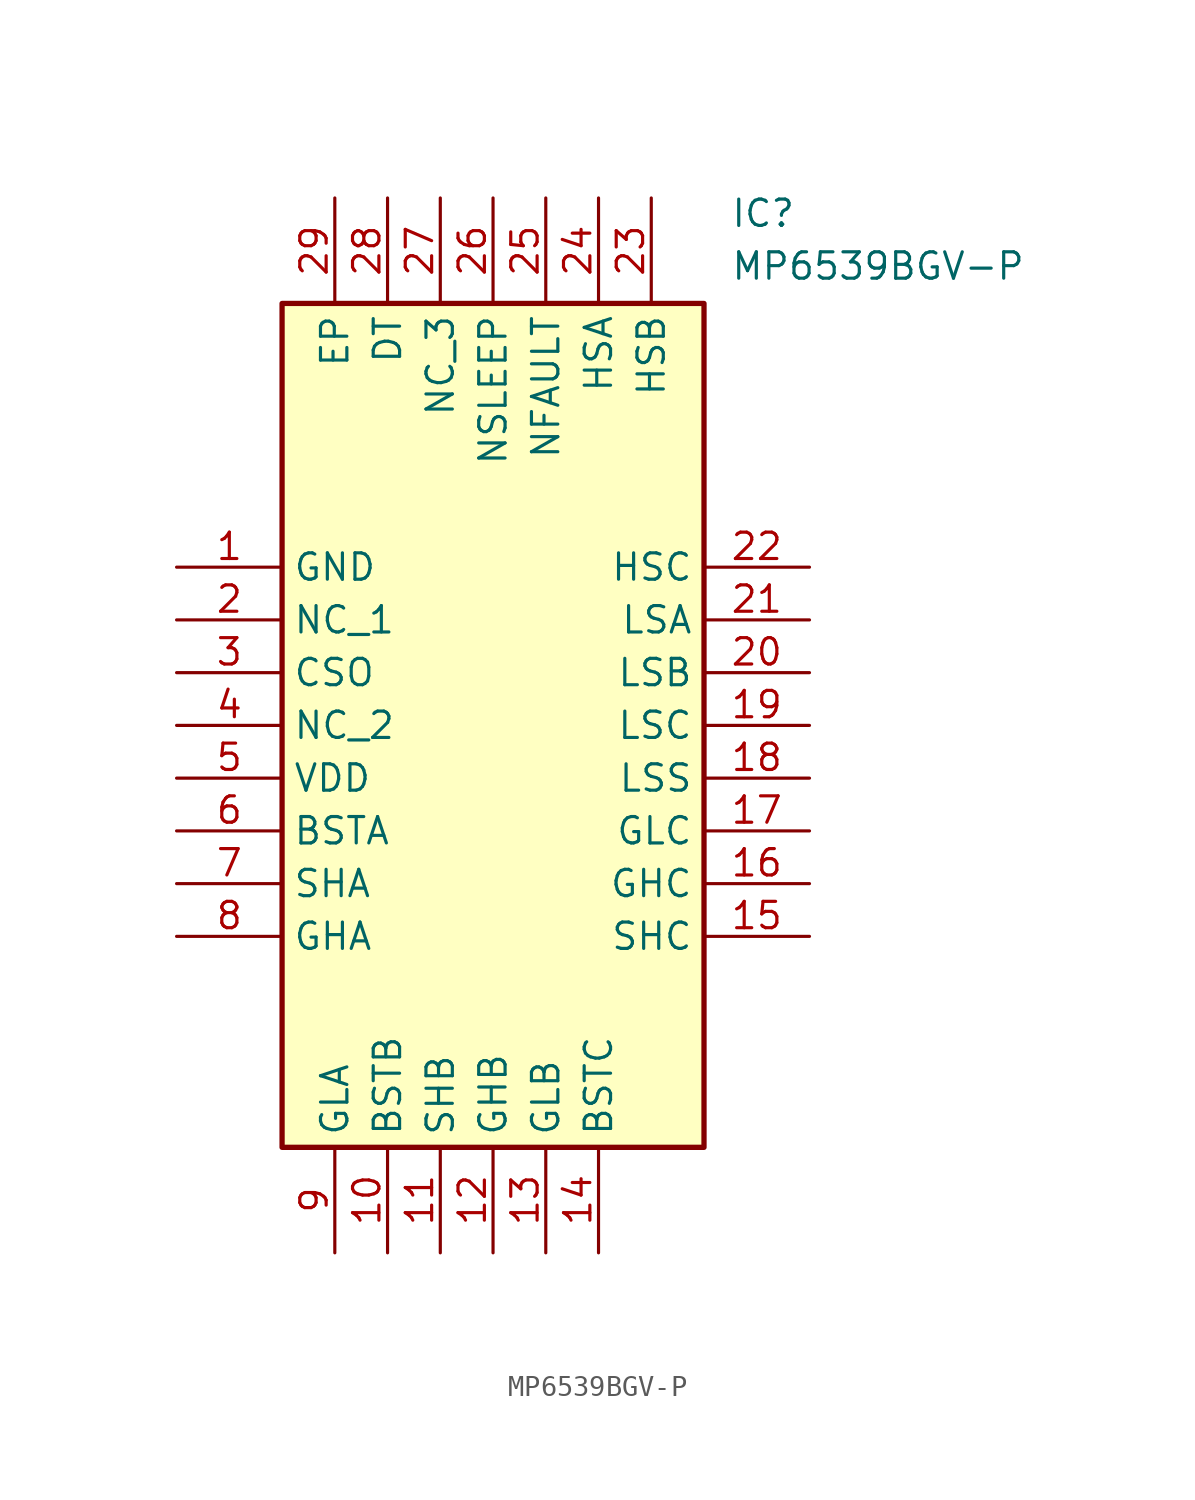
<source format=kicad_sym>
(kicad_symbol_lib
  (version 20241209)
  (generator "kicad_symbol_editor")
  (generator_version "9.0")
  (symbol "MP6539BGV-P"
    (property "Reference" "IC"
      (at 26.67 17.78 0)
      (effects (font (size 1.27 1.27)) (justify left top)))
    (property "Value" "MP6539BGV-P"
      (at 26.67 15.24 0)
      (effects (font (size 1.27 1.27)) (justify left top)))
    (symbol "MP6539BGV-P_1_1"
      (rectangle (start 5.08 12.7) (end 25.4 -27.94) (stroke (width 0.254) (type default)) (fill (type background)))
      (pin passive line (at 0 0 0) (length 5.08) (name "GND" (effects (font (size 1.27 1.27)))) (number "1" (effects (font (size 1.27 1.27)))))
      (pin passive line (at 0 -2.54 0) (length 5.08) (name "NC_1" (effects (font (size 1.27 1.27)))) (number "2" (effects (font (size 1.27 1.27)))))
      (pin passive line (at 0 -5.08 0) (length 5.08) (name "CSO" (effects (font (size 1.27 1.27)))) (number "3" (effects (font (size 1.27 1.27)))))
      (pin passive line (at 0 -7.62 0) (length 5.08) (name "NC_2" (effects (font (size 1.27 1.27)))) (number "4" (effects (font (size 1.27 1.27)))))
      (pin passive line (at 0 -10.16 0) (length 5.08) (name "VDD" (effects (font (size 1.27 1.27)))) (number "5" (effects (font (size 1.27 1.27)))))
      (pin passive line (at 0 -12.7 0) (length 5.08) (name "BSTA" (effects (font (size 1.27 1.27)))) (number "6" (effects (font (size 1.27 1.27)))))
      (pin passive line (at 0 -15.24 0) (length 5.08) (name "SHA" (effects (font (size 1.27 1.27)))) (number "7" (effects (font (size 1.27 1.27)))))
      (pin passive line (at 0 -17.78 0) (length 5.08) (name "GHA" (effects (font (size 1.27 1.27)))) (number "8" (effects (font (size 1.27 1.27)))))
      (pin passive line (at 7.62 17.78 270) (length 5.08) (name "EP" (effects (font (size 1.27 1.27)))) (number "29" (effects (font (size 1.27 1.27)))))
      (pin passive line (at 7.62 -33.02 90) (length 5.08) (name "GLA" (effects (font (size 1.27 1.27)))) (number "9" (effects (font (size 1.27 1.27)))))
      (pin passive line (at 10.16 17.78 270) (length 5.08) (name "DT" (effects (font (size 1.27 1.27)))) (number "28" (effects (font (size 1.27 1.27)))))
      (pin passive line (at 10.16 -33.02 90) (length 5.08) (name "BSTB" (effects (font (size 1.27 1.27)))) (number "10" (effects (font (size 1.27 1.27)))))
      (pin passive line (at 12.7 17.78 270) (length 5.08) (name "NC_3" (effects (font (size 1.27 1.27)))) (number "27" (effects (font (size 1.27 1.27)))))
      (pin passive line (at 12.7 -33.02 90) (length 5.08) (name "SHB" (effects (font (size 1.27 1.27)))) (number "11" (effects (font (size 1.27 1.27)))))
      (pin passive line (at 15.24 17.78 270) (length 5.08) (name "NSLEEP" (effects (font (size 1.27 1.27)))) (number "26" (effects (font (size 1.27 1.27)))))
      (pin passive line (at 15.24 -33.02 90) (length 5.08) (name "GHB" (effects (font (size 1.27 1.27)))) (number "12" (effects (font (size 1.27 1.27)))))
      (pin passive line (at 17.78 17.78 270) (length 5.08) (name "NFAULT" (effects (font (size 1.27 1.27)))) (number "25" (effects (font (size 1.27 1.27)))))
      (pin passive line (at 17.78 -33.02 90) (length 5.08) (name "GLB" (effects (font (size 1.27 1.27)))) (number "13" (effects (font (size 1.27 1.27)))))
      (pin passive line (at 20.32 17.78 270) (length 5.08) (name "HSA" (effects (font (size 1.27 1.27)))) (number "24" (effects (font (size 1.27 1.27)))))
      (pin passive line (at 20.32 -33.02 90) (length 5.08) (name "BSTC" (effects (font (size 1.27 1.27)))) (number "14" (effects (font (size 1.27 1.27)))))
      (pin passive line (at 22.86 17.78 270) (length 5.08) (name "HSB" (effects (font (size 1.27 1.27)))) (number "23" (effects (font (size 1.27 1.27)))))
      (pin passive line (at 30.48 0 180) (length 5.08) (name "HSC" (effects (font (size 1.27 1.27)))) (number "22" (effects (font (size 1.27 1.27)))))
      (pin passive line (at 30.48 -2.54 180) (length 5.08) (name "LSA" (effects (font (size 1.27 1.27)))) (number "21" (effects (font (size 1.27 1.27)))))
      (pin passive line (at 30.48 -5.08 180) (length 5.08) (name "LSB" (effects (font (size 1.27 1.27)))) (number "20" (effects (font (size 1.27 1.27)))))
      (pin passive line (at 30.48 -7.62 180) (length 5.08) (name "LSC" (effects (font (size 1.27 1.27)))) (number "19" (effects (font (size 1.27 1.27)))))
      (pin passive line (at 30.48 -10.16 180) (length 5.08) (name "LSS" (effects (font (size 1.27 1.27)))) (number "18" (effects (font (size 1.27 1.27)))))
      (pin passive line (at 30.48 -12.7 180) (length 5.08) (name "GLC" (effects (font (size 1.27 1.27)))) (number "17" (effects (font (size 1.27 1.27)))))
      (pin passive line (at 30.48 -15.24 180) (length 5.08) (name "GHC" (effects (font (size 1.27 1.27)))) (number "16" (effects (font (size 1.27 1.27)))))
      (pin passive line (at 30.48 -17.78 180) (length 5.08) (name "SHC" (effects (font (size 1.27 1.27)))) (number "15" (effects (font (size 1.27 1.27))))))))
</source>
